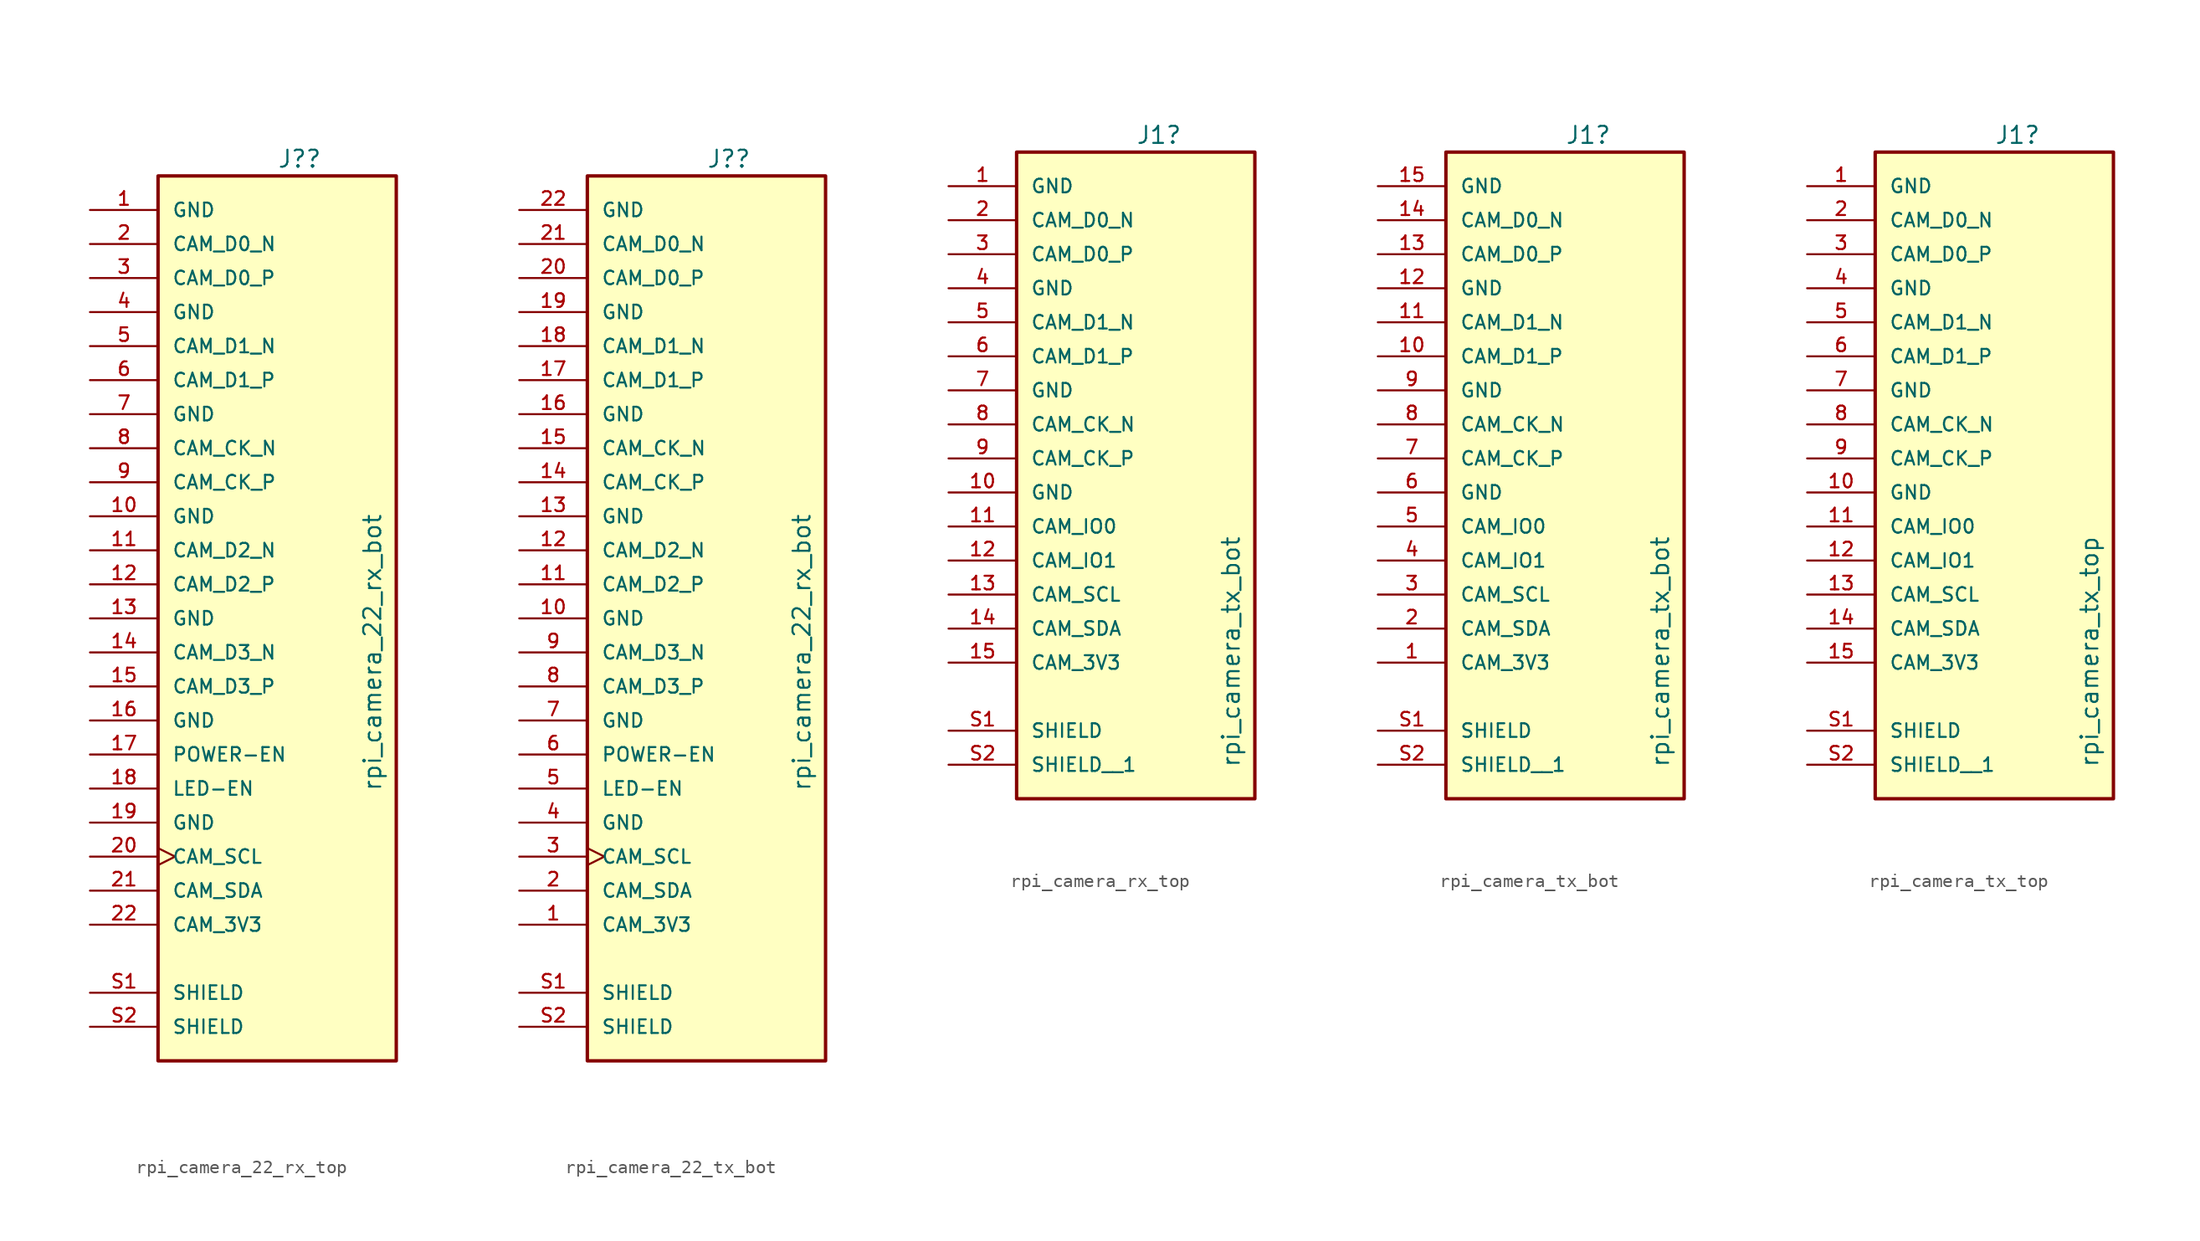
<source format=kicad_sym>
(kicad_symbol_lib
  (version 20241209)
  (generator "kicad_symbol_editor")
  (generator_version "9.0")
  (symbol "rpi_camera_22_rx_top"
    (pin_names
      (offset 1.016))
    (property "Reference" "J?"
      (at 3.81 24.13 0)
      (effects (font (size 1.27 1.27)) (justify left)))
    (property "Value" "rpi_camera_22_rx_bot"
      (at 10.922 -23.114 90)
      (effects (font (size 1.27 1.27)) (justify left)))
    (symbol "rpi_camera_22_rx_top_0_0"
      (rectangle (start -5.08 22.86) (end 12.7 -43.18) (stroke (width 0.254) (type solid)) (fill (type background)))
      (pin passive line (at -10.16 -38.1 0) (length 5.08) (name "SHIELD" (effects (font (size 1.016 1.016)))) (number "S1" (effects (font (size 1.016 1.016))))))
    (symbol "rpi_camera_22_rx_top_1_0"
      (pin power_in line (at -10.16 20.32 0) (length 5.08) (name "GND" (effects (font (size 1.016 1.016)))) (number "1" (effects (font (size 1.016 1.016)))))
      (pin output line (at -10.16 17.78 0) (length 5.08) (name "CAM_D0_N" (effects (font (size 1.016 1.016)))) (number "2" (effects (font (size 1.016 1.016)))))
      (pin output line (at -10.16 15.24 0) (length 5.08) (name "CAM_D0_P" (effects (font (size 1.016 1.016)))) (number "3" (effects (font (size 1.016 1.016)))))
      (pin power_in line (at -10.16 12.7 0) (length 5.08) (name "GND" (effects (font (size 1.016 1.016)))) (number "4" (effects (font (size 1.016 1.016)))))
      (pin output line (at -10.16 10.16 0) (length 5.08) (name "CAM_D1_N" (effects (font (size 1.016 1.016)))) (number "5" (effects (font (size 1.016 1.016)))))
      (pin output line (at -10.16 7.62 0) (length 5.08) (name "CAM_D1_P" (effects (font (size 1.016 1.016)))) (number "6" (effects (font (size 1.016 1.016)))))
      (pin power_in line (at -10.16 5.08 0) (length 5.08) (name "GND" (effects (font (size 1.016 1.016)))) (number "7" (effects (font (size 1.016 1.016)))))
      (pin output line (at -10.16 2.54 0) (length 5.08) (name "CAM_CK_N" (effects (font (size 1.016 1.016)))) (number "8" (effects (font (size 1.016 1.016)))))
      (pin output line (at -10.16 0 0) (length 5.08) (name "CAM_CK_P" (effects (font (size 1.016 1.016)))) (number "9" (effects (font (size 1.016 1.016)))))
      (pin power_in line (at -10.16 -2.54 0) (length 5.08) (name "GND" (effects (font (size 1.016 1.016)))) (number "10" (effects (font (size 1.016 1.016)))))
      (pin output line (at -10.16 -5.08 0) (length 5.08) (name "CAM_D2_N" (effects (font (size 1.016 1.016)))) (number "11" (effects (font (size 1.016 1.016)))))
      (pin output line (at -10.16 -7.62 0) (length 5.08) (name "CAM_D2_P" (effects (font (size 1.016 1.016)))) (number "12" (effects (font (size 1.016 1.016)))))
      (pin power_in line (at -10.16 -10.16 0) (length 5.08) (name "GND" (effects (font (size 1.016 1.016)))) (number "13" (effects (font (size 1.016 1.016)))))
      (pin output line (at -10.16 -12.7 0) (length 5.08) (name "CAM_D3_N" (effects (font (size 1.016 1.016)))) (number "14" (effects (font (size 1.016 1.016)))))
      (pin output line (at -10.16 -15.24 0) (length 5.08) (name "CAM_D3_P" (effects (font (size 1.016 1.016)))) (number "15" (effects (font (size 1.016 1.016)))))
      (pin power_in line (at -10.16 -17.78 0) (length 5.08) (name "GND" (effects (font (size 1.016 1.016)))) (number "16" (effects (font (size 1.016 1.016)))))
      (pin passive line (at -10.16 -20.32 0) (length 5.08) (name "POWER-EN" (effects (font (size 1.016 1.016)))) (number "17" (effects (font (size 1.016 1.016)))))
      (pin passive line (at -10.16 -22.86 0) (length 5.08) (name "LED-EN" (effects (font (size 1.016 1.016)))) (number "18" (effects (font (size 1.016 1.016)))))
      (pin power_in line (at -10.16 -25.4 0) (length 5.08) (name "GND" (effects (font (size 1.016 1.016)))) (number "19" (effects (font (size 1.016 1.016)))))
      (pin input clock (at -10.16 -27.94 0) (length 5.08) (name "CAM_SCL" (effects (font (size 1.016 1.016)))) (number "20" (effects (font (size 1.016 1.016)))))
      (pin bidirectional line (at -10.16 -30.48 0) (length 5.08) (name "CAM_SDA" (effects (font (size 1.016 1.016)))) (number "21" (effects (font (size 1.016 1.016)))))
      (pin power_in line (at -10.16 -33.02 0) (length 5.08) (name "CAM_3V3" (effects (font (size 1.016 1.016)))) (number "22" (effects (font (size 1.016 1.016)))))
      (pin passive line (at -10.16 -40.64 0) (length 5.08) (name "SHIELD" (effects (font (size 1.016 1.016)))) (number "S2" (effects (font (size 1.016 1.016)))))))
  (symbol "rpi_camera_22_tx_bot"
    (pin_names
      (offset 1.016))
    (property "Reference" "J?"
      (at 3.81 24.13 0)
      (effects (font (size 1.27 1.27)) (justify left)))
    (property "Value" "rpi_camera_22_rx_bot"
      (at 10.922 -23.114 90)
      (effects (font (size 1.27 1.27)) (justify left)))
    (symbol "rpi_camera_22_tx_bot_0_0"
      (rectangle (start -5.08 22.86) (end 12.7 -43.18) (stroke (width 0.254) (type solid)) (fill (type background)))
      (pin passive line (at -10.16 -38.1 0) (length 5.08) (name "SHIELD" (effects (font (size 1.016 1.016)))) (number "S1" (effects (font (size 1.016 1.016))))))
    (symbol "rpi_camera_22_tx_bot_1_0"
      (pin power_in line (at -10.16 20.32 0) (length 5.08) (name "GND" (effects (font (size 1.016 1.016)))) (number "22" (effects (font (size 1.016 1.016)))))
      (pin output line (at -10.16 17.78 0) (length 5.08) (name "CAM_D0_N" (effects (font (size 1.016 1.016)))) (number "21" (effects (font (size 1.016 1.016)))))
      (pin output line (at -10.16 15.24 0) (length 5.08) (name "CAM_D0_P" (effects (font (size 1.016 1.016)))) (number "20" (effects (font (size 1.016 1.016)))))
      (pin power_in line (at -10.16 12.7 0) (length 5.08) (name "GND" (effects (font (size 1.016 1.016)))) (number "19" (effects (font (size 1.016 1.016)))))
      (pin output line (at -10.16 10.16 0) (length 5.08) (name "CAM_D1_N" (effects (font (size 1.016 1.016)))) (number "18" (effects (font (size 1.016 1.016)))))
      (pin output line (at -10.16 7.62 0) (length 5.08) (name "CAM_D1_P" (effects (font (size 1.016 1.016)))) (number "17" (effects (font (size 1.016 1.016)))))
      (pin power_in line (at -10.16 5.08 0) (length 5.08) (name "GND" (effects (font (size 1.016 1.016)))) (number "16" (effects (font (size 1.016 1.016)))))
      (pin output line (at -10.16 2.54 0) (length 5.08) (name "CAM_CK_N" (effects (font (size 1.016 1.016)))) (number "15" (effects (font (size 1.016 1.016)))))
      (pin output line (at -10.16 0 0) (length 5.08) (name "CAM_CK_P" (effects (font (size 1.016 1.016)))) (number "14" (effects (font (size 1.016 1.016)))))
      (pin power_in line (at -10.16 -2.54 0) (length 5.08) (name "GND" (effects (font (size 1.016 1.016)))) (number "13" (effects (font (size 1.016 1.016)))))
      (pin output line (at -10.16 -5.08 0) (length 5.08) (name "CAM_D2_N" (effects (font (size 1.016 1.016)))) (number "12" (effects (font (size 1.016 1.016)))))
      (pin output line (at -10.16 -7.62 0) (length 5.08) (name "CAM_D2_P" (effects (font (size 1.016 1.016)))) (number "11" (effects (font (size 1.016 1.016)))))
      (pin power_in line (at -10.16 -10.16 0) (length 5.08) (name "GND" (effects (font (size 1.016 1.016)))) (number "10" (effects (font (size 1.016 1.016)))))
      (pin output line (at -10.16 -12.7 0) (length 5.08) (name "CAM_D3_N" (effects (font (size 1.016 1.016)))) (number "9" (effects (font (size 1.016 1.016)))))
      (pin output line (at -10.16 -15.24 0) (length 5.08) (name "CAM_D3_P" (effects (font (size 1.016 1.016)))) (number "8" (effects (font (size 1.016 1.016)))))
      (pin power_in line (at -10.16 -17.78 0) (length 5.08) (name "GND" (effects (font (size 1.016 1.016)))) (number "7" (effects (font (size 1.016 1.016)))))
      (pin passive line (at -10.16 -20.32 0) (length 5.08) (name "POWER-EN" (effects (font (size 1.016 1.016)))) (number "6" (effects (font (size 1.016 1.016)))))
      (pin passive line (at -10.16 -22.86 0) (length 5.08) (name "LED-EN" (effects (font (size 1.016 1.016)))) (number "5" (effects (font (size 1.016 1.016)))))
      (pin power_in line (at -10.16 -25.4 0) (length 5.08) (name "GND" (effects (font (size 1.016 1.016)))) (number "4" (effects (font (size 1.016 1.016)))))
      (pin input clock (at -10.16 -27.94 0) (length 5.08) (name "CAM_SCL" (effects (font (size 1.016 1.016)))) (number "3" (effects (font (size 1.016 1.016)))))
      (pin bidirectional line (at -10.16 -30.48 0) (length 5.08) (name "CAM_SDA" (effects (font (size 1.016 1.016)))) (number "2" (effects (font (size 1.016 1.016)))))
      (pin power_in line (at -10.16 -33.02 0) (length 5.08) (name "CAM_3V3" (effects (font (size 1.016 1.016)))) (number "1" (effects (font (size 1.016 1.016)))))
      (pin passive line (at -10.16 -40.64 0) (length 5.08) (name "SHIELD" (effects (font (size 1.016 1.016)))) (number "S2" (effects (font (size 1.016 1.016)))))))
  (symbol "rpi_camera_rx_top"
    (pin_names
      (offset 1.016))
    (property "Reference" "J1"
      (at 3.81 24.13 0)
      (effects (font (size 1.27 1.27)) (justify left)))
    (property "Value" "rpi_camera_tx_bot"
      (at 10.922 -23.114 90)
      (effects (font (size 1.27 1.27)) (justify left)))
    (symbol "rpi_camera_rx_top_0_0"
      (rectangle (start -5.08 22.86) (end 12.7 -25.4) (stroke (width 0.254) (type solid)) (fill (type background)))
      (pin passive line (at -10.16 -20.32 0) (length 5.08) (name "SHIELD" (effects (font (size 1.016 1.016)))) (number "S1" (effects (font (size 1.016 1.016)))))
      (pin passive line (at -10.16 -22.86 0) (length 5.08) (name "SHIELD__1" (effects (font (size 1.016 1.016)))) (number "S2" (effects (font (size 1.016 1.016))))))
    (symbol "rpi_camera_rx_top_1_0"
      (pin power_out line (at -10.16 20.32 0) (length 5.08) (name "GND" (effects (font (size 1.016 1.016)))) (number "1" (effects (font (size 1.016 1.016)))))
      (pin output line (at -10.16 17.78 0) (length 5.08) (name "CAM_D0_N" (effects (font (size 1.016 1.016)))) (number "2" (effects (font (size 1.016 1.016)))))
      (pin output line (at -10.16 15.24 0) (length 5.08) (name "CAM_D0_P" (effects (font (size 1.016 1.016)))) (number "3" (effects (font (size 1.016 1.016)))))
      (pin passive line (at -10.16 12.7 0) (length 5.08) (name "GND" (effects (font (size 1.016 1.016)))) (number "4" (effects (font (size 1.016 1.016)))))
      (pin passive line (at -10.16 10.16 0) (length 5.08) (name "CAM_D1_N" (effects (font (size 1.016 1.016)))) (number "5" (effects (font (size 1.016 1.016)))))
      (pin passive line (at -10.16 7.62 0) (length 5.08) (name "CAM_D1_P" (effects (font (size 1.016 1.016)))) (number "6" (effects (font (size 1.016 1.016)))))
      (pin passive line (at -10.16 5.08 0) (length 5.08) (name "GND" (effects (font (size 1.016 1.016)))) (number "7" (effects (font (size 1.016 1.016)))))
      (pin passive line (at -10.16 2.54 0) (length 5.08) (name "CAM_CK_N" (effects (font (size 1.016 1.016)))) (number "8" (effects (font (size 1.016 1.016)))))
      (pin passive line (at -10.16 0 0) (length 5.08) (name "CAM_CK_P" (effects (font (size 1.016 1.016)))) (number "9" (effects (font (size 1.016 1.016)))))
      (pin passive line (at -10.16 -2.54 0) (length 5.08) (name "GND" (effects (font (size 1.016 1.016)))) (number "10" (effects (font (size 1.016 1.016)))))
      (pin passive line (at -10.16 -5.08 0) (length 5.08) (name "CAM_IO0" (effects (font (size 1.016 1.016)))) (number "11" (effects (font (size 1.016 1.016)))))
      (pin passive line (at -10.16 -7.62 0) (length 5.08) (name "CAM_IO1" (effects (font (size 1.016 1.016)))) (number "12" (effects (font (size 1.016 1.016)))))
      (pin passive line (at -10.16 -10.16 0) (length 5.08) (name "CAM_SCL" (effects (font (size 1.016 1.016)))) (number "13" (effects (font (size 1.016 1.016)))))
      (pin passive line (at -10.16 -12.7 0) (length 5.08) (name "CAM_SDA" (effects (font (size 1.016 1.016)))) (number "14" (effects (font (size 1.016 1.016)))))
      (pin power_out line (at -10.16 -15.24 0) (length 5.08) (name "CAM_3V3" (effects (font (size 1.016 1.016)))) (number "15" (effects (font (size 1.016 1.016)))))))
  (symbol "rpi_camera_tx_bot"
    (pin_names
      (offset 1.016))
    (property "Reference" "J1"
      (at 3.81 24.13 0)
      (effects (font (size 1.27 1.27)) (justify left)))
    (property "Value" "rpi_camera_tx_bot"
      (at 10.922 -23.114 90)
      (effects (font (size 1.27 1.27)) (justify left)))
    (symbol "rpi_camera_tx_bot_0_0"
      (rectangle (start -5.08 22.86) (end 12.7 -25.4) (stroke (width 0.254) (type solid)) (fill (type background)))
      (pin passive line (at -10.16 -20.32 0) (length 5.08) (name "SHIELD" (effects (font (size 1.016 1.016)))) (number "S1" (effects (font (size 1.016 1.016)))))
      (pin passive line (at -10.16 -22.86 0) (length 5.08) (name "SHIELD__1" (effects (font (size 1.016 1.016)))) (number "S2" (effects (font (size 1.016 1.016))))))
    (symbol "rpi_camera_tx_bot_1_0"
      (pin power_out line (at -10.16 20.32 0) (length 5.08) (name "GND" (effects (font (size 1.016 1.016)))) (number "15" (effects (font (size 1.016 1.016)))))
      (pin output line (at -10.16 17.78 0) (length 5.08) (name "CAM_D0_N" (effects (font (size 1.016 1.016)))) (number "14" (effects (font (size 1.016 1.016)))))
      (pin output line (at -10.16 15.24 0) (length 5.08) (name "CAM_D0_P" (effects (font (size 1.016 1.016)))) (number "13" (effects (font (size 1.016 1.016)))))
      (pin passive line (at -10.16 12.7 0) (length 5.08) (name "GND" (effects (font (size 1.016 1.016)))) (number "12" (effects (font (size 1.016 1.016)))))
      (pin passive line (at -10.16 10.16 0) (length 5.08) (name "CAM_D1_N" (effects (font (size 1.016 1.016)))) (number "11" (effects (font (size 1.016 1.016)))))
      (pin passive line (at -10.16 7.62 0) (length 5.08) (name "CAM_D1_P" (effects (font (size 1.016 1.016)))) (number "10" (effects (font (size 1.016 1.016)))))
      (pin passive line (at -10.16 5.08 0) (length 5.08) (name "GND" (effects (font (size 1.016 1.016)))) (number "9" (effects (font (size 1.016 1.016)))))
      (pin passive line (at -10.16 2.54 0) (length 5.08) (name "CAM_CK_N" (effects (font (size 1.016 1.016)))) (number "8" (effects (font (size 1.016 1.016)))))
      (pin passive line (at -10.16 0 0) (length 5.08) (name "CAM_CK_P" (effects (font (size 1.016 1.016)))) (number "7" (effects (font (size 1.016 1.016)))))
      (pin passive line (at -10.16 -2.54 0) (length 5.08) (name "GND" (effects (font (size 1.016 1.016)))) (number "6" (effects (font (size 1.016 1.016)))))
      (pin passive line (at -10.16 -5.08 0) (length 5.08) (name "CAM_IO0" (effects (font (size 1.016 1.016)))) (number "5" (effects (font (size 1.016 1.016)))))
      (pin passive line (at -10.16 -7.62 0) (length 5.08) (name "CAM_IO1" (effects (font (size 1.016 1.016)))) (number "4" (effects (font (size 1.016 1.016)))))
      (pin passive line (at -10.16 -10.16 0) (length 5.08) (name "CAM_SCL" (effects (font (size 1.016 1.016)))) (number "3" (effects (font (size 1.016 1.016)))))
      (pin passive line (at -10.16 -12.7 0) (length 5.08) (name "CAM_SDA" (effects (font (size 1.016 1.016)))) (number "2" (effects (font (size 1.016 1.016)))))
      (pin power_out line (at -10.16 -15.24 0) (length 5.08) (name "CAM_3V3" (effects (font (size 1.016 1.016)))) (number "1" (effects (font (size 1.016 1.016)))))))
  (symbol "rpi_camera_tx_top"
    (pin_names
      (offset 1.016))
    (property "Reference" "J1"
      (at 3.81 24.13 0)
      (effects (font (size 1.27 1.27)) (justify left)))
    (property "Value" "rpi_camera_tx_top"
      (at 10.922 -23.114 90)
      (effects (font (size 1.27 1.27)) (justify left)))
    (symbol "rpi_camera_tx_top_0_0"
      (rectangle (start -5.08 22.86) (end 12.7 -25.4) (stroke (width 0.254) (type solid)) (fill (type background)))
      (pin passive line (at -10.16 -20.32 0) (length 5.08) (name "SHIELD" (effects (font (size 1.016 1.016)))) (number "S1" (effects (font (size 1.016 1.016)))))
      (pin passive line (at -10.16 -22.86 0) (length 5.08) (name "SHIELD__1" (effects (font (size 1.016 1.016)))) (number "S2" (effects (font (size 1.016 1.016))))))
    (symbol "rpi_camera_tx_top_1_0"
      (pin power_out line (at -10.16 20.32 0) (length 5.08) (name "GND" (effects (font (size 1.016 1.016)))) (number "1" (effects (font (size 1.016 1.016)))))
      (pin output line (at -10.16 17.78 0) (length 5.08) (name "CAM_D0_N" (effects (font (size 1.016 1.016)))) (number "2" (effects (font (size 1.016 1.016)))))
      (pin output line (at -10.16 15.24 0) (length 5.08) (name "CAM_D0_P" (effects (font (size 1.016 1.016)))) (number "3" (effects (font (size 1.016 1.016)))))
      (pin passive line (at -10.16 12.7 0) (length 5.08) (name "GND" (effects (font (size 1.016 1.016)))) (number "4" (effects (font (size 1.016 1.016)))))
      (pin passive line (at -10.16 10.16 0) (length 5.08) (name "CAM_D1_N" (effects (font (size 1.016 1.016)))) (number "5" (effects (font (size 1.016 1.016)))))
      (pin passive line (at -10.16 7.62 0) (length 5.08) (name "CAM_D1_P" (effects (font (size 1.016 1.016)))) (number "6" (effects (font (size 1.016 1.016)))))
      (pin passive line (at -10.16 5.08 0) (length 5.08) (name "GND" (effects (font (size 1.016 1.016)))) (number "7" (effects (font (size 1.016 1.016)))))
      (pin passive line (at -10.16 2.54 0) (length 5.08) (name "CAM_CK_N" (effects (font (size 1.016 1.016)))) (number "8" (effects (font (size 1.016 1.016)))))
      (pin passive line (at -10.16 0 0) (length 5.08) (name "CAM_CK_P" (effects (font (size 1.016 1.016)))) (number "9" (effects (font (size 1.016 1.016)))))
      (pin passive line (at -10.16 -2.54 0) (length 5.08) (name "GND" (effects (font (size 1.016 1.016)))) (number "10" (effects (font (size 1.016 1.016)))))
      (pin passive line (at -10.16 -5.08 0) (length 5.08) (name "CAM_IO0" (effects (font (size 1.016 1.016)))) (number "11" (effects (font (size 1.016 1.016)))))
      (pin passive line (at -10.16 -7.62 0) (length 5.08) (name "CAM_IO1" (effects (font (size 1.016 1.016)))) (number "12" (effects (font (size 1.016 1.016)))))
      (pin passive line (at -10.16 -10.16 0) (length 5.08) (name "CAM_SCL" (effects (font (size 1.016 1.016)))) (number "13" (effects (font (size 1.016 1.016)))))
      (pin passive line (at -10.16 -12.7 0) (length 5.08) (name "CAM_SDA" (effects (font (size 1.016 1.016)))) (number "14" (effects (font (size 1.016 1.016)))))
      (pin power_out line (at -10.16 -15.24 0) (length 5.08) (name "CAM_3V3" (effects (font (size 1.016 1.016)))) (number "15" (effects (font (size 1.016 1.016))))))))
</source>
